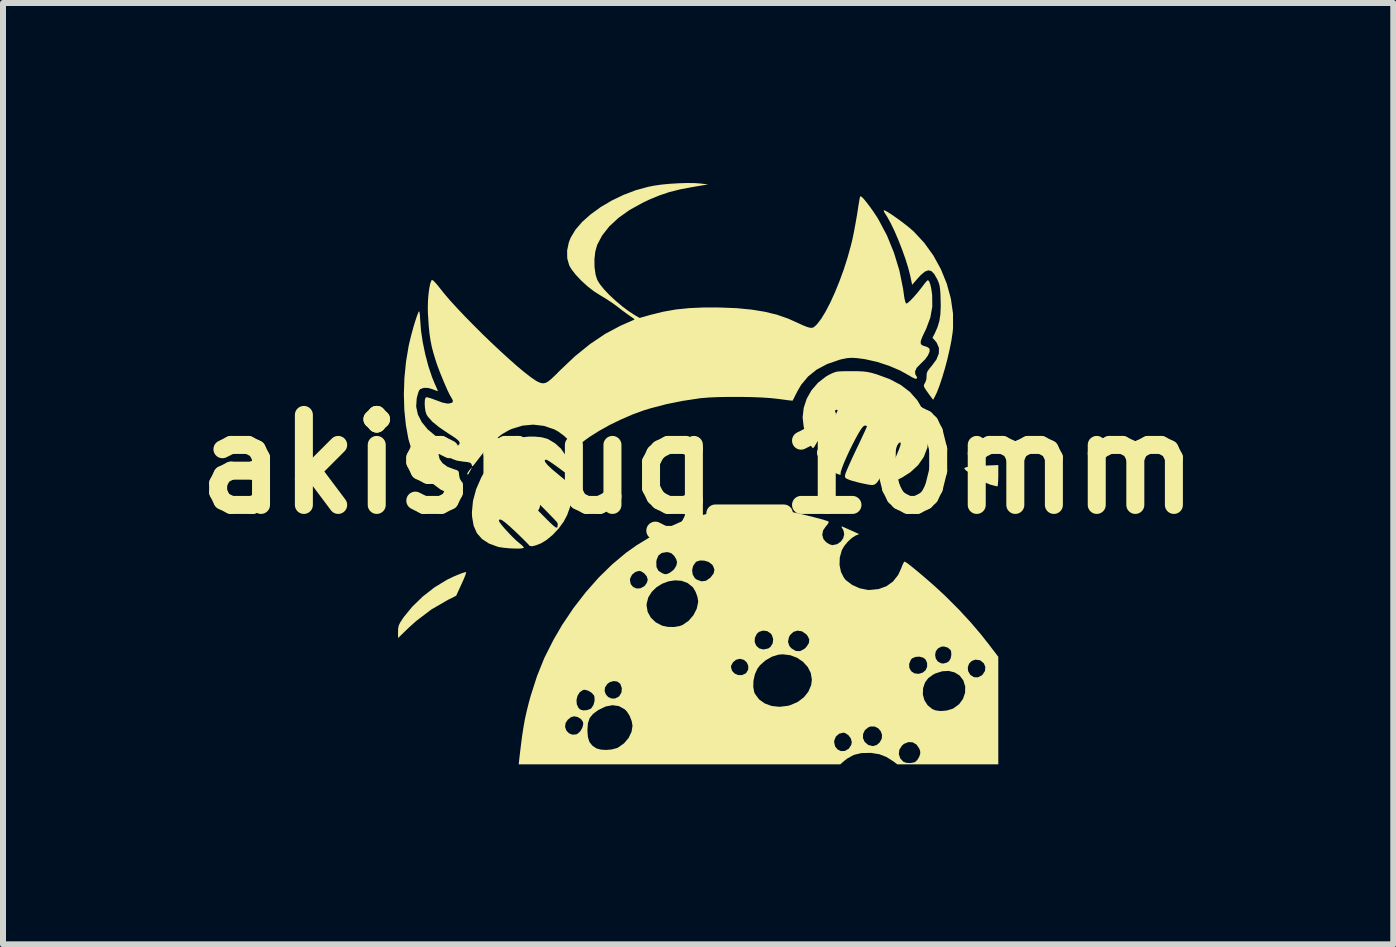
<source format=kicad_pcb>
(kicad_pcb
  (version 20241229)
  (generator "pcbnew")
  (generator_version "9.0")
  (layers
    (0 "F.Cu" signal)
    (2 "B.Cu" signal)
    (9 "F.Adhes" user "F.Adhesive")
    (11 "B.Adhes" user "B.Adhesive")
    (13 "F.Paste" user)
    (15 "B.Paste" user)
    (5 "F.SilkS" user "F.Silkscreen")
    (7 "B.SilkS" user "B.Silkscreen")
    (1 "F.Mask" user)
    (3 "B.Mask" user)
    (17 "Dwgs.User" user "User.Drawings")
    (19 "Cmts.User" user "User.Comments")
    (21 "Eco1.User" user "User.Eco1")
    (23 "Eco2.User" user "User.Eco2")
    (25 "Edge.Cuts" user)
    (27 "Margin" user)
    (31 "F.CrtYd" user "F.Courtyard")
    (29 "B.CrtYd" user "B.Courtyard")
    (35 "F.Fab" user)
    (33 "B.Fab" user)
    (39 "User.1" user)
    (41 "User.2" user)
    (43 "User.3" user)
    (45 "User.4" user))
  (footprint "akisnug_10mm"
    (layer "F.Cu")
    (at 8.586 4.687)
    (property "Reference" "akisnug_10mm" (at 0 0 0) (layer "F.SilkS") (effects (font (size 1.5 1.5) (thickness 0.3))))
    (attr board_only exclude_from_pos_files exclude_from_bom)
    (fp_poly (pts (xy -3.8 0.112) (xy -3.827 0.161) (xy -3.844 0.176) (xy -3.849 0.158) (xy -3.837 0.133) (xy -3.809 0.095) (xy -3.809 0.095) (xy -3.769 0.049)) (stroke (width 0) (type solid)) (fill yes) (layer "F.SilkS"))
    (fp_poly (pts (xy 5.002 0.193) (xy 5 0.271) (xy 4.996 0.331) (xy 4.991 0.365) (xy 4.987 0.369) (xy 4.961 0.364) (xy 4.911 0.351) (xy 4.869 0.34) (xy 4.8 0.313) (xy 4.712 0.268) (xy 4.616 0.21) (xy 4.588 0.191) (xy 4.512 0.138) (xy 4.463 0.103) (xy 4.44 0.08) (xy 4.437 0.066) (xy 4.45 0.056) (xy 4.458 0.053) (xy 4.494 0.045) (xy 4.561 0.037) (xy 4.648 0.03) (xy 4.746 0.025) (xy 4.753 0.024) (xy 5.002 0.014)) (stroke (width 0) (type solid)) (fill yes) (layer "F.SilkS"))
    (fp_poly (pts (xy -3.869 1.814) (xy -3.884 1.859) (xy -3.911 1.924) (xy -3.943 1.995) (xy -4.033 2.192) (xy -4.171 2.261) (xy -4.447 2.421) (xy -4.7 2.613) (xy -4.818 2.719) (xy -5.002 2.897) (xy -5.002 2.79) (xy -5 2.733) (xy -4.99 2.687) (xy -4.967 2.639) (xy -4.927 2.578) (xy -4.907 2.548) (xy -4.762 2.371) (xy -4.588 2.203) (xy -4.394 2.052) (xy -4.191 1.928) (xy -4.167 1.916) (xy -4.088 1.878) (xy -4.008 1.844) (xy -3.937 1.816) (xy -3.885 1.8) (xy -3.868 1.798)) (stroke (width 0) (type solid)) (fill yes) (layer "F.SilkS"))
    (fp_poly (pts (xy 3.114 -4.228) (xy 3.159 -4.203) (xy 3.222 -4.163) (xy 3.297 -4.111) (xy 3.377 -4.053) (xy 3.457 -3.992) (xy 3.53 -3.933) (xy 3.589 -3.881) (xy 3.592 -3.879) (xy 3.767 -3.691) (xy 3.919 -3.48) (xy 4.045 -3.251) (xy 4.143 -3.01) (xy 4.211 -2.763) (xy 4.247 -2.514) (xy 4.248 -2.27) (xy 4.241 -2.198) (xy 4.222 -2.068) (xy 4.192 -1.919) (xy 4.156 -1.762) (xy 4.114 -1.603) (xy 4.069 -1.451) (xy 4.024 -1.315) (xy 3.981 -1.202) (xy 3.95 -1.137) (xy 3.916 -1.073) (xy 3.848 -1.165) (xy 3.8 -1.232) (xy 3.772 -1.276) (xy 3.761 -1.305) (xy 3.765 -1.328) (xy 3.779 -1.353) (xy 3.782 -1.356) (xy 3.803 -1.413) (xy 3.807 -1.472) (xy 3.809 -1.513) (xy 3.824 -1.552) (xy 3.859 -1.6) (xy 3.893 -1.64) (xy 3.971 -1.745) (xy 4.011 -1.845) (xy 4.013 -1.938) (xy 3.976 -2.024) (xy 3.945 -2.063) (xy 3.905 -2.106) (xy 3.944 -2.182) (xy 3.989 -2.284) (xy 4.02 -2.387) (xy 4.037 -2.501) (xy 4.043 -2.637) (xy 4.041 -2.732) (xy 4.038 -2.839) (xy 4.032 -2.916) (xy 4.024 -2.974) (xy 4.01 -3.022) (xy 3.99 -3.07) (xy 3.981 -3.089) (xy 3.933 -3.172) (xy 3.886 -3.219) (xy 3.836 -3.232) (xy 3.778 -3.21) (xy 3.71 -3.153) (xy 3.651 -3.088) (xy 3.566 -2.99) (xy 3.534 -3.144) (xy 3.5 -3.275) (xy 3.454 -3.423) (xy 3.398 -3.58) (xy 3.336 -3.738) (xy 3.272 -3.887) (xy 3.208 -4.019) (xy 3.149 -4.126) (xy 3.122 -4.168) (xy 3.098 -4.207) (xy 3.092 -4.232) (xy 3.093 -4.233)) (stroke (width 0) (type solid)) (fill yes) (layer "F.SilkS"))
    (fp_poly (pts (xy -4.643 -2.527) (xy -4.637 -2.477) (xy -4.633 -2.409) (xy -4.633 -2.409) (xy -4.62 -2.233) (xy -4.591 -2.037) (xy -4.549 -1.834) (xy -4.497 -1.636) (xy -4.437 -1.456) (xy -4.394 -1.35) (xy -4.366 -1.288) (xy -4.346 -1.241) (xy -4.338 -1.219) (xy -4.338 -1.219) (xy -4.354 -1.222) (xy -4.394 -1.237) (xy -4.421 -1.248) (xy -4.5 -1.271) (xy -4.572 -1.273) (xy -4.628 -1.254) (xy -4.651 -1.23) (xy -4.666 -1.191) (xy -4.683 -1.13) (xy -4.691 -1.096) (xy -4.7 -0.962) (xy -4.672 -0.83) (xy -4.607 -0.702) (xy -4.508 -0.581) (xy -4.375 -0.47) (xy -4.36 -0.46) (xy -4.293 -0.414) (xy -4.254 -0.383) (xy -4.238 -0.363) (xy -4.24 -0.346) (xy -4.256 -0.326) (xy -4.258 -0.324) (xy -4.311 -0.245) (xy -4.327 -0.164) (xy -4.309 -0.086) (xy -4.259 -0.016) (xy -4.179 0.042) (xy -4.078 0.081) (xy -4.023 0.098) (xy -3.996 0.116) (xy -3.987 0.146) (xy -3.986 0.174) (xy -3.973 0.24) (xy -3.948 0.282) (xy -3.927 0.307) (xy -3.92 0.331) (xy -3.925 0.368) (xy -3.941 0.429) (xy -3.943 0.435) (xy -3.962 0.494) (xy -3.978 0.534) (xy -3.986 0.546) (xy -4.008 0.539) (xy -4.056 0.523) (xy -4.121 0.501) (xy -4.124 0.5) (xy -4.292 0.423) (xy -4.439 0.313) (xy -4.567 0.17) (xy -4.677 -0.006) (xy -4.769 -0.217) (xy -4.769 -0.217) (xy -4.829 -0.419) (xy -4.871 -0.649) (xy -4.897 -0.901) (xy -4.905 -1.166) (xy -4.896 -1.437) (xy -4.869 -1.709) (xy -4.825 -1.972) (xy -4.816 -2.012) (xy -4.794 -2.105) (xy -4.768 -2.204) (xy -4.741 -2.302) (xy -4.713 -2.392) (xy -4.688 -2.468) (xy -4.667 -2.523) (xy -4.653 -2.549) (xy -4.65 -2.55)) (stroke (width 0) (type solid)) (fill yes) (layer "F.SilkS"))
    (fp_poly (pts (xy -2.608 -0.449) (xy -2.515 -0.424) (xy -2.499 -0.417) (xy -2.386 -0.349) (xy -2.288 -0.261) (xy -2.218 -0.161) (xy -2.213 -0.153) (xy -2.19 -0.099) (xy -2.165 -0.031) (xy -2.141 0.043) (xy -2.121 0.114) (xy -2.108 0.171) (xy -2.103 0.207) (xy -2.107 0.215) (xy -2.126 0.204) (xy -2.171 0.173) (xy -2.234 0.128) (xy -2.308 0.073) (xy -2.315 0.068) (xy -2.392 0.012) (xy -2.459 -0.034) (xy -2.509 -0.065) (xy -2.536 -0.078) (xy -2.536 -0.078) (xy -2.558 -0.067) (xy -2.55 -0.037) (xy -2.513 0.01) (xy -2.45 0.07) (xy -2.423 0.094) (xy -2.315 0.184) (xy -2.233 0.252) (xy -2.174 0.304) (xy -2.134 0.341) (xy -2.11 0.369) (xy -2.096 0.392) (xy -2.091 0.413) (xy -2.091 0.436) (xy -2.091 0.455) (xy -2.102 0.576) (xy -2.135 0.712) (xy -2.184 0.848) (xy -2.242 0.958) (xy -2.325 1.071) (xy -2.424 1.177) (xy -2.529 1.264) (xy -2.619 1.318) (xy -2.704 1.352) (xy -2.769 1.367) (xy -2.808 1.361) (xy -2.817 1.351) (xy -2.833 1.333) (xy -2.872 1.293) (xy -2.929 1.236) (xy -3 1.167) (xy -3.042 1.127) (xy -3.142 1.034) (xy -3.218 0.969) (xy -3.271 0.931) (xy -3.305 0.919) (xy -3.32 0.931) (xy -3.321 0.943) (xy -3.308 0.969) (xy -3.273 1.016) (xy -3.222 1.076) (xy -3.161 1.142) (xy -3.097 1.209) (xy -3.036 1.268) (xy -2.984 1.313) (xy -2.978 1.317) (xy -2.933 1.355) (xy -2.908 1.384) (xy -2.905 1.394) (xy -2.934 1.402) (xy -2.991 1.406) (xy -3.066 1.405) (xy -3.151 1.401) (xy -3.234 1.393) (xy -3.307 1.383) (xy -3.341 1.375) (xy -3.488 1.321) (xy -3.603 1.246) (xy -3.688 1.148) (xy -3.742 1.025) (xy -3.768 0.876) (xy -3.771 0.801) (xy -3.753 0.612) (xy -3.714 0.468) (xy -2.919 0.468) (xy -2.917 0.488) (xy -2.892 0.527) (xy -2.889 0.531) (xy -2.861 0.566) (xy -2.81 0.622) (xy -2.743 0.694) (xy -2.665 0.775) (xy -2.602 0.839) (xy -2.515 0.927) (xy -2.45 0.99) (xy -2.405 1.031) (xy -2.375 1.052) (xy -2.357 1.058) (xy -2.347 1.05) (xy -2.345 1.045) (xy -2.34 1) (xy -2.346 0.977) (xy -2.364 0.954) (xy -2.406 0.909) (xy -2.466 0.847) (xy -2.539 0.772) (xy -2.615 0.696) (xy -2.714 0.599) (xy -2.79 0.529) (xy -2.844 0.483) (xy -2.881 0.46) (xy -2.901 0.456) (xy -2.919 0.468) (xy -3.714 0.468) (xy -3.701 0.417) (xy -3.616 0.223) (xy -3.594 0.183) (xy -3.542 0.104) (xy -3.471 0.012) (xy -3.386 -0.086) (xy -3.295 -0.184) (xy -3.204 -0.274) (xy -3.12 -0.349) (xy -3.048 -0.403) (xy -3.018 -0.421) (xy -2.937 -0.447) (xy -2.832 -0.46) (xy -2.718 -0.46)) (stroke (width 0) (type solid)) (fill yes) (layer "F.SilkS"))
    (fp_poly (pts (xy 2.663 -1.55) (xy 2.75 -1.546) (xy 2.823 -1.537) (xy 2.892 -1.522) (xy 2.972 -1.499) (xy 2.979 -1.497) (xy 3.195 -1.417) (xy 3.378 -1.32) (xy 3.53 -1.204) (xy 3.652 -1.066) (xy 3.747 -0.905) (xy 3.802 -0.77) (xy 3.829 -0.681) (xy 3.843 -0.607) (xy 3.848 -0.53) (xy 3.845 -0.449) (xy 3.819 -0.275) (xy 3.76 -0.121) (xy 3.666 0.015) (xy 3.538 0.133) (xy 3.4 0.221) (xy 3.316 0.263) (xy 3.236 0.297) (xy 3.166 0.321) (xy 3.116 0.331) (xy 3.095 0.328) (xy 3.099 0.306) (xy 3.117 0.259) (xy 3.146 0.195) (xy 3.161 0.163) (xy 3.219 0.045) (xy 3.272 -0.07) (xy 3.317 -0.174) (xy 3.351 -0.258) (xy 3.371 -0.316) (xy 3.371 -0.318) (xy 3.377 -0.355) (xy 3.366 -0.363) (xy 3.352 -0.359) (xy 3.333 -0.338) (xy 3.301 -0.288) (xy 3.258 -0.214) (xy 3.208 -0.121) (xy 3.153 -0.015) (xy 3.144 0.003) (xy 3.084 0.123) (xy 3.038 0.214) (xy 3.001 0.277) (xy 2.969 0.318) (xy 2.936 0.34) (xy 2.899 0.347) (xy 2.851 0.342) (xy 2.789 0.33) (xy 2.745 0.321) (xy 2.661 0.302) (xy 2.579 0.28) (xy 2.523 0.262) (xy 2.472 0.24) (xy 2.449 0.22) (xy 2.447 0.191) (xy 2.45 0.174) (xy 2.461 0.14) (xy 2.487 0.077) (xy 2.525 -0.009) (xy 2.571 -0.111) (xy 2.624 -0.223) (xy 2.637 -0.251) (xy 2.69 -0.361) (xy 2.736 -0.46) (xy 2.774 -0.541) (xy 2.8 -0.599) (xy 2.813 -0.629) (xy 2.814 -0.632) (xy 2.797 -0.643) (xy 2.778 -0.645) (xy 2.753 -0.632) (xy 2.719 -0.591) (xy 2.674 -0.519) (xy 2.633 -0.445) (xy 2.578 -0.34) (xy 2.524 -0.231) (xy 2.475 -0.125) (xy 2.432 -0.027) (xy 2.4 0.056) (xy 2.379 0.118) (xy 2.373 0.153) (xy 2.374 0.156) (xy 2.375 0.174) (xy 2.349 0.173) (xy 2.305 0.155) (xy 2.268 0.135) (xy 2.214 0.095) (xy 2.152 0.04) (xy 2.089 -0.024) (xy 2.034 -0.086) (xy 1.995 -0.139) (xy 1.981 -0.168) (xy 1.981 -0.213) (xy 1.991 -0.238) (xy 2.008 -0.264) (xy 2.037 -0.317) (xy 2.076 -0.391) (xy 2.121 -0.478) (xy 2.168 -0.572) (xy 2.215 -0.665) (xy 2.257 -0.752) (xy 2.292 -0.824) (xy 2.316 -0.876) (xy 2.325 -0.901) (xy 2.325 -0.901) (xy 2.311 -0.909) (xy 2.288 -0.9) (xy 2.26 -0.873) (xy 2.22 -0.817) (xy 2.172 -0.739) (xy 2.118 -0.645) (xy 2.064 -0.543) (xy 2.012 -0.438) (xy 1.993 -0.396) (xy 1.961 -0.332) (xy 1.933 -0.286) (xy 1.913 -0.267) (xy 1.91 -0.267) (xy 1.889 -0.294) (xy 1.86 -0.348) (xy 1.828 -0.419) (xy 1.797 -0.498) (xy 1.772 -0.575) (xy 1.759 -0.623) (xy 1.741 -0.78) (xy 1.759 -0.939) (xy 1.809 -1.092) (xy 1.89 -1.234) (xy 1.998 -1.359) (xy 2.13 -1.461) (xy 2.173 -1.486) (xy 2.224 -1.512) (xy 2.267 -1.53) (xy 2.309 -1.542) (xy 2.362 -1.548) (xy 2.434 -1.55) (xy 2.534 -1.551) (xy 2.549 -1.551)) (stroke (width 0) (type solid)) (fill yes) (layer "F.SilkS"))
    (fp_poly (pts (xy -0.046 -4.685) (xy 0.03 -4.679) (xy 0.166 -4.664) (xy -0.098 -4.619) (xy -0.301 -4.581) (xy -0.479 -4.536) (xy -0.646 -4.48) (xy -0.815 -4.41) (xy -0.928 -4.356) (xy -1.144 -4.237) (xy -1.33 -4.104) (xy -1.483 -3.962) (xy -1.602 -3.81) (xy -1.684 -3.654) (xy -1.715 -3.543) (xy -1.729 -3.414) (xy -1.727 -3.281) (xy -1.709 -3.157) (xy -1.682 -3.073) (xy -1.639 -3.002) (xy -1.57 -2.916) (xy -1.481 -2.822) (xy -1.378 -2.726) (xy -1.268 -2.633) (xy -1.157 -2.55) (xy -1.062 -2.488) (xy -0.976 -2.438) (xy -0.796 -2.489) (xy -0.586 -2.541) (xy -0.373 -2.579) (xy -0.147 -2.602) (xy 0.1 -2.613) (xy 0.361 -2.612) (xy 0.641 -2.601) (xy 0.889 -2.577) (xy 1.111 -2.541) (xy 1.313 -2.492) (xy 1.5 -2.427) (xy 1.671 -2.35) (xy 1.742 -2.317) (xy 1.81 -2.29) (xy 1.852 -2.277) (xy 1.893 -2.272) (xy 1.926 -2.283) (xy 1.963 -2.315) (xy 1.985 -2.338) (xy 2.053 -2.427) (xy 2.127 -2.55) (xy 2.204 -2.698) (xy 2.281 -2.868) (xy 2.356 -3.053) (xy 2.427 -3.247) (xy 2.49 -3.445) (xy 2.544 -3.64) (xy 2.57 -3.745) (xy 2.595 -3.866) (xy 2.621 -4.005) (xy 2.645 -4.141) (xy 2.657 -4.216) (xy 2.671 -4.309) (xy 2.684 -4.386) (xy 2.694 -4.441) (xy 2.701 -4.466) (xy 2.701 -4.466) (xy 2.72 -4.46) (xy 2.756 -4.426) (xy 2.803 -4.369) (xy 2.859 -4.296) (xy 2.919 -4.212) (xy 2.979 -4.121) (xy 3.008 -4.073) (xy 3.147 -3.811) (xy 3.263 -3.526) (xy 3.354 -3.227) (xy 3.415 -2.925) (xy 3.424 -2.859) (xy 3.437 -2.769) (xy 3.452 -2.707) (xy 3.466 -2.678) (xy 3.469 -2.677) (xy 3.496 -2.691) (xy 3.54 -2.731) (xy 3.595 -2.789) (xy 3.656 -2.859) (xy 3.716 -2.935) (xy 3.739 -2.965) (xy 3.779 -3.018) (xy 3.812 -3.055) (xy 3.829 -3.068) (xy 3.849 -3.049) (xy 3.868 -2.999) (xy 3.885 -2.926) (xy 3.898 -2.835) (xy 3.9 -2.815) (xy 3.902 -2.627) (xy 3.869 -2.443) (xy 3.8 -2.257) (xy 3.778 -2.213) (xy 3.735 -2.121) (xy 3.711 -2.057) (xy 3.708 -2.014) (xy 3.725 -1.987) (xy 3.764 -1.97) (xy 3.79 -1.964) (xy 3.834 -1.945) (xy 3.857 -1.922) (xy 3.856 -1.874) (xy 3.829 -1.812) (xy 3.779 -1.744) (xy 3.711 -1.678) (xy 3.71 -1.676) (xy 3.643 -1.608) (xy 3.614 -1.546) (xy 3.621 -1.492) (xy 3.638 -1.469) (xy 3.65 -1.439) (xy 3.643 -1.427) (xy 3.615 -1.426) (xy 3.563 -1.45) (xy 3.527 -1.472) (xy 3.367 -1.561) (xy 3.182 -1.64) (xy 2.984 -1.705) (xy 2.785 -1.75) (xy 2.652 -1.768) (xy 2.561 -1.774) (xy 2.482 -1.768) (xy 2.395 -1.751) (xy 2.353 -1.74) (xy 2.148 -1.669) (xy 1.975 -1.577) (xy 1.832 -1.462) (xy 1.716 -1.323) (xy 1.651 -1.211) (xy 1.617 -1.144) (xy 1.591 -1.091) (xy 1.576 -1.063) (xy 1.574 -1.06) (xy 1.554 -1.061) (xy 1.503 -1.066) (xy 1.429 -1.076) (xy 1.339 -1.088) (xy 1.337 -1.088) (xy 1.213 -1.102) (xy 1.06 -1.112) (xy 0.886 -1.119) (xy 0.702 -1.122) (xy 0.516 -1.122) (xy 0.338 -1.119) (xy 0.178 -1.112) (xy 0.045 -1.101) (xy 0.02 -1.098) (xy -0.256 -1.056) (xy -0.53 -1.001) (xy -0.787 -0.934) (xy -0.903 -0.899) (xy -1.087 -0.832) (xy -1.281 -0.748) (xy -1.473 -0.655) (xy -1.652 -0.555) (xy -1.809 -0.456) (xy -1.873 -0.41) (xy -2.057 -0.272) (xy -2.087 -0.317) (xy -2.153 -0.397) (xy -2.241 -0.478) (xy -2.336 -0.547) (xy -2.398 -0.581) (xy -2.571 -0.639) (xy -2.749 -0.66) (xy -2.93 -0.643) (xy -3.107 -0.588) (xy -3.151 -0.569) (xy -3.271 -0.5) (xy -3.384 -0.41) (xy -3.498 -0.293) (xy -3.586 -0.186) (xy -3.64 -0.116) (xy -3.688 -0.054) (xy -3.723 -0.008) (xy -3.734 0.005) (xy -3.757 0.033) (xy -3.768 0.03) (xy -3.775 0.006) (xy -3.787 -0.016) (xy -3.815 -0.03) (xy -3.868 -0.039) (xy -3.911 -0.043) (xy -4.016 -0.059) (xy -4.099 -0.087) (xy -4.154 -0.124) (xy -4.17 -0.149) (xy -4.166 -0.184) (xy -4.14 -0.227) (xy -4.104 -0.261) (xy -4.073 -0.274) (xy -4.041 -0.285) (xy -4.005 -0.309) (xy -3.98 -0.335) (xy -3.975 -0.36) (xy -3.992 -0.39) (xy -4.035 -0.428) (xy -4.108 -0.477) (xy -4.172 -0.518) (xy -4.319 -0.618) (xy -4.43 -0.709) (xy -4.504 -0.792) (xy -4.528 -0.83) (xy -4.544 -0.88) (xy -4.554 -0.946) (xy -4.558 -1.016) (xy -4.554 -1.076) (xy -4.542 -1.112) (xy -4.541 -1.114) (xy -4.515 -1.115) (xy -4.462 -1.101) (xy -4.391 -1.075) (xy -4.371 -1.068) (xy -4.264 -1.028) (xy -4.185 -1.012) (xy -4.152 -1.012) (xy -4.101 -1.025) (xy -4.086 -1.052) (xy -4.104 -1.095) (xy -4.111 -1.106) (xy -4.139 -1.153) (xy -4.176 -1.229) (xy -4.218 -1.324) (xy -4.263 -1.431) (xy -4.307 -1.54) (xy -4.346 -1.643) (xy -4.374 -1.726) (xy -4.411 -1.848) (xy -4.44 -1.957) (xy -4.461 -2.064) (xy -4.478 -2.179) (xy -4.491 -2.31) (xy -4.501 -2.469) (xy -4.504 -2.511) (xy -4.506 -2.617) (xy -4.503 -2.729) (xy -4.494 -2.837) (xy -4.481 -2.935) (xy -4.465 -3.012) (xy -4.446 -3.062) (xy -4.439 -3.071) (xy -4.42 -3.065) (xy -4.384 -3.03) (xy -4.334 -2.972) (xy -4.313 -2.945) (xy -4.231 -2.842) (xy -4.129 -2.723) (xy -4.009 -2.592) (xy -3.876 -2.452) (xy -3.734 -2.308) (xy -3.587 -2.161) (xy -3.437 -2.017) (xy -3.289 -1.878) (xy -3.147 -1.749) (xy -3.015 -1.632) (xy -2.896 -1.533) (xy -2.793 -1.453) (xy -2.712 -1.397) (xy -2.683 -1.38) (xy -2.632 -1.357) (xy -2.589 -1.348) (xy -2.547 -1.354) (xy -2.5 -1.379) (xy -2.443 -1.426) (xy -2.368 -1.497) (xy -2.307 -1.559) (xy -2.056 -1.797) (xy -1.803 -2.002) (xy -1.549 -2.173) (xy -1.297 -2.307) (xy -1.252 -2.327) (xy -1.174 -2.361) (xy -1.111 -2.389) (xy -1.071 -2.407) (xy -1.06 -2.413) (xy -1.071 -2.425) (xy -1.107 -2.451) (xy -1.138 -2.472) (xy -1.195 -2.512) (xy -1.267 -2.565) (xy -1.341 -2.622) (xy -1.348 -2.628) (xy -1.429 -2.687) (xy -1.526 -2.751) (xy -1.619 -2.808) (xy -1.631 -2.815) (xy -1.736 -2.881) (xy -1.844 -2.965) (xy -1.947 -3.059) (xy -2.039 -3.156) (xy -2.11 -3.247) (xy -2.148 -3.311) (xy -2.182 -3.43) (xy -2.184 -3.562) (xy -2.155 -3.7) (xy -2.124 -3.777) (xy -2.045 -3.909) (xy -1.933 -4.039) (xy -1.791 -4.165) (xy -1.626 -4.285) (xy -1.443 -4.393) (xy -1.246 -4.488) (xy -1.042 -4.566) (xy -0.834 -4.623) (xy -0.745 -4.641) (xy -0.616 -4.66) (xy -0.47 -4.674) (xy -0.319 -4.683) (xy -0.173 -4.687)) (stroke (width 0) (type solid)) (fill yes) (layer "F.SilkS"))
    (fp_poly (pts (xy 1.181 0.757) (xy 1.318 0.763) (xy 1.429 0.773) (xy 1.465 0.778) (xy 1.539 0.792) (xy 1.631 0.811) (xy 1.735 0.835) (xy 1.841 0.861) (xy 1.945 0.887) (xy 2.037 0.911) (xy 2.111 0.933) (xy 2.16 0.949) (xy 2.175 0.956) (xy 2.172 0.978) (xy 2.147 1.014) (xy 2.131 1.031) (xy 2.082 1.103) (xy 2.068 1.178) (xy 2.089 1.249) (xy 2.131 1.298) (xy 2.182 1.331) (xy 2.232 1.348) (xy 2.241 1.348) (xy 2.314 1.333) (xy 2.375 1.292) (xy 2.417 1.234) (xy 2.434 1.168) (xy 2.422 1.103) (xy 2.413 1.087) (xy 2.392 1.052) (xy 2.388 1.036) (xy 2.389 1.036) (xy 2.41 1.043) (xy 2.457 1.063) (xy 2.522 1.092) (xy 2.541 1.1) (xy 2.683 1.165) (xy 2.621 1.19) (xy 2.561 1.229) (xy 2.495 1.29) (xy 2.436 1.361) (xy 2.395 1.43) (xy 2.394 1.433) (xy 2.36 1.555) (xy 2.356 1.679) (xy 2.38 1.795) (xy 2.43 1.894) (xy 2.462 1.932) (xy 2.566 2.011) (xy 2.69 2.067) (xy 2.82 2.094) (xy 2.852 2.096) (xy 3.006 2.081) (xy 3.137 2.034) (xy 3.246 1.956) (xy 3.332 1.847) (xy 3.381 1.742) (xy 3.405 1.68) (xy 3.426 1.637) (xy 3.438 1.622) (xy 3.462 1.634) (xy 3.511 1.669) (xy 3.578 1.722) (xy 3.66 1.789) (xy 3.751 1.866) (xy 3.847 1.949) (xy 3.943 2.033) (xy 4.033 2.116) (xy 4.114 2.192) (xy 4.121 2.198) (xy 4.343 2.42) (xy 4.539 2.632) (xy 4.718 2.842) (xy 4.843 3.001) (xy 5.002 3.209) (xy 5.002 4.106) (xy 5.002 5.002) (xy 4.16 5.002) (xy 3.319 5.002) (xy 3.257 4.955) (xy 3.137 4.879) (xy 3.016 4.832) (xy 3.011 4.832) (xy 3.344 4.832) (xy 3.369 4.904) (xy 3.418 4.957) (xy 3.467 4.976) (xy 3.533 4.981) (xy 3.597 4.97) (xy 3.618 4.961) (xy 3.652 4.929) (xy 3.682 4.88) (xy 3.685 4.873) (xy 3.702 4.821) (xy 3.699 4.777) (xy 3.685 4.74) (xy 3.639 4.672) (xy 3.576 4.635) (xy 3.504 4.631) (xy 3.431 4.66) (xy 3.398 4.688) (xy 3.354 4.756) (xy 3.344 4.832) (xy 3.011 4.832) (xy 2.881 4.811) (xy 2.87 4.811) (xy 2.72 4.814) (xy 2.593 4.845) (xy 2.483 4.906) (xy 2.447 4.934) (xy 2.368 5.002) (xy -0.312 5.002) (xy -2.991 5.002) (xy -2.981 4.909) (xy -2.957 4.707) (xy -2.935 4.535) (xy -2.912 4.386) (xy -2.911 4.38) (xy -2.218 4.38) (xy -2.196 4.44) (xy -2.152 4.485) (xy -2.094 4.508) (xy -2.031 4.502) (xy -2.013 4.494) (xy -1.966 4.453) (xy -1.955 4.434) (xy -1.846 4.434) (xy -1.838 4.546) (xy -1.812 4.629) (xy -1.763 4.691) (xy -1.696 4.736) (xy -1.626 4.756) (xy -1.536 4.762) (xy -1.442 4.754) (xy -1.358 4.732) (xy -1.335 4.722) (xy -1.237 4.653) (xy -1.218 4.631) (xy 2.266 4.631) (xy 2.282 4.703) (xy 2.323 4.754) (xy 2.38 4.781) (xy 2.443 4.779) (xy 2.505 4.745) (xy 2.512 4.739) (xy 2.552 4.676) (xy 2.56 4.631) (xy 2.544 4.569) (xy 2.541 4.565) (xy 2.747 4.565) (xy 2.775 4.628) (xy 2.83 4.675) (xy 2.841 4.681) (xy 2.913 4.698) (xy 2.975 4.68) (xy 3.024 4.638) (xy 3.06 4.575) (xy 3.064 4.509) (xy 3.042 4.449) (xy 3 4.4) (xy 2.943 4.372) (xy 2.877 4.37) (xy 2.836 4.385) (xy 2.778 4.433) (xy 2.748 4.497) (xy 2.747 4.565) (xy 2.541 4.565) (xy 2.503 4.515) (xy 2.449 4.48) (xy 2.417 4.474) (xy 2.348 4.492) (xy 2.295 4.539) (xy 2.268 4.606) (xy 2.266 4.631) (xy -1.218 4.631) (xy -1.16 4.563) (xy -1.111 4.461) (xy -1.094 4.361) (xy -1.108 4.281) (xy -1.142 4.194) (xy -1.19 4.119) (xy -1.225 4.084) (xy -1.321 4.031) (xy -1.428 4.016) (xy -1.543 4.038) (xy -1.667 4.098) (xy -1.668 4.099) (xy -1.753 4.162) (xy -1.808 4.23) (xy -1.837 4.314) (xy -1.846 4.424) (xy -1.846 4.434) (xy -1.955 4.434) (xy -1.931 4.393) (xy -1.915 4.331) (xy -1.919 4.296) (xy -1.954 4.246) (xy -2.012 4.212) (xy -2.068 4.201) (xy -2.122 4.217) (xy -2.174 4.259) (xy -2.21 4.313) (xy -2.21 4.314) (xy -2.218 4.38) (xy -2.911 4.38) (xy -2.888 4.25) (xy -2.859 4.12) (xy -2.826 3.987) (xy -2.81 3.928) (xy -2.028 3.928) (xy -2.023 4.001) (xy -1.994 4.062) (xy -1.966 4.088) (xy -1.916 4.103) (xy -1.852 4.098) (xy -1.796 4.078) (xy -1.779 4.065) (xy -1.744 4.01) (xy -1.726 3.94) (xy -1.729 3.875) (xy -1.738 3.851) (xy -1.775 3.809) (xy -1.821 3.781) (xy -1.559 3.781) (xy -1.539 3.836) (xy -1.5 3.879) (xy -1.447 3.904) (xy -1.387 3.905) (xy -1.326 3.875) (xy -1.315 3.865) (xy -1.279 3.806) (xy -1.272 3.735) (xy -1.281 3.708) (xy 0.918 3.708) (xy 0.934 3.799) (xy 0.946 3.826) (xy 1.015 3.919) (xy 1.11 3.987) (xy 1.225 4.029) (xy 1.355 4.043) (xy 1.493 4.027) (xy 1.537 4.015) (xy 1.659 3.962) (xy 1.761 3.885) (xy 1.801 3.836) (xy 3.744 3.836) (xy 3.771 3.934) (xy 3.825 4.018) (xy 3.902 4.08) (xy 3.953 4.102) (xy 4.041 4.114) (xy 4.142 4.105) (xy 4.237 4.077) (xy 4.257 4.067) (xy 4.349 4) (xy 4.413 3.912) (xy 4.448 3.811) (xy 4.451 3.705) (xy 4.419 3.602) (xy 4.418 3.601) (xy 4.358 3.522) (xy 4.275 3.47) (xy 4.175 3.445) (xy 4.067 3.451) (xy 3.956 3.486) (xy 3.915 3.507) (xy 3.833 3.567) (xy 3.781 3.638) (xy 3.749 3.731) (xy 3.749 3.733) (xy 3.744 3.836) (xy 1.801 3.836) (xy 1.837 3.79) (xy 1.883 3.682) (xy 1.895 3.592) (xy 1.877 3.48) (xy 1.826 3.379) (xy 1.78 3.329) (xy 3.516 3.329) (xy 3.52 3.396) (xy 3.551 3.45) (xy 3.603 3.485) (xy 3.672 3.494) (xy 3.739 3.475) (xy 3.79 3.434) (xy 3.813 3.383) (xy 4.494 3.383) (xy 4.499 3.447) (xy 4.535 3.51) (xy 4.536 3.511) (xy 4.596 3.549) (xy 4.662 3.552) (xy 4.726 3.52) (xy 4.739 3.508) (xy 4.78 3.445) (xy 4.786 3.378) (xy 4.761 3.318) (xy 4.707 3.273) (xy 4.688 3.265) (xy 4.617 3.257) (xy 4.558 3.28) (xy 4.515 3.324) (xy 4.494 3.383) (xy 3.813 3.383) (xy 3.816 3.376) (xy 3.816 3.313) (xy 3.791 3.256) (xy 3.755 3.226) (xy 3.691 3.207) (xy 3.624 3.211) (xy 3.568 3.234) (xy 3.546 3.256) (xy 3.516 3.329) (xy 1.78 3.329) (xy 1.748 3.293) (xy 1.649 3.226) (xy 1.535 3.183) (xy 1.508 3.18) (xy 3.949 3.18) (xy 3.96 3.238) (xy 3.993 3.287) (xy 4.047 3.317) (xy 4.084 3.322) (xy 4.141 3.308) (xy 4.181 3.282) (xy 4.209 3.234) (xy 4.22 3.171) (xy 4.214 3.113) (xy 4.205 3.095) (xy 4.161 3.057) (xy 4.099 3.038) (xy 4.054 3.04) (xy 3.995 3.071) (xy 3.96 3.12) (xy 3.949 3.18) (xy 1.508 3.18) (xy 1.412 3.168) (xy 1.343 3.173) (xy 1.231 3.207) (xy 1.123 3.269) (xy 1.031 3.35) (xy 0.988 3.407) (xy 0.946 3.499) (xy 0.922 3.604) (xy 0.918 3.708) (xy -1.281 3.708) (xy -1.296 3.665) (xy -1.3 3.658) (xy -1.347 3.622) (xy -1.409 3.614) (xy -1.473 3.632) (xy -1.515 3.663) (xy -1.553 3.721) (xy -1.559 3.781) (xy -1.821 3.781) (xy -1.83 3.775) (xy -1.887 3.759) (xy -1.915 3.761) (xy -1.972 3.798) (xy -2.01 3.857) (xy -2.028 3.928) (xy -2.81 3.928) (xy -2.791 3.859) (xy -2.687 3.535) (xy -2.625 3.38) (xy 0.547 3.38) (xy 0.564 3.442) (xy 0.607 3.488) (xy 0.666 3.514) (xy 0.731 3.515) (xy 0.791 3.487) (xy 0.801 3.478) (xy 0.834 3.422) (xy 0.835 3.36) (xy 0.81 3.303) (xy 0.763 3.261) (xy 0.699 3.243) (xy 0.696 3.243) (xy 0.632 3.259) (xy 0.58 3.301) (xy 0.55 3.356) (xy 0.547 3.38) (xy -2.625 3.38) (xy -2.564 3.229) (xy -2.43 2.963) (xy 0.942 2.963) (xy 0.968 3.025) (xy 1.017 3.069) (xy 1.085 3.087) (xy 1.089 3.087) (xy 1.167 3.071) (xy 1.205 3.045) (xy 1.242 2.985) (xy 1.245 2.96) (xy 1.497 2.96) (xy 1.52 3.029) (xy 1.556 3.07) (xy 1.627 3.112) (xy 1.698 3.115) (xy 1.768 3.079) (xy 1.802 3.047) (xy 1.846 2.98) (xy 1.851 2.916) (xy 1.817 2.851) (xy 1.799 2.832) (xy 1.73 2.785) (xy 1.656 2.773) (xy 1.588 2.794) (xy 1.532 2.846) (xy 1.513 2.883) (xy 1.497 2.96) (xy 1.245 2.96) (xy 1.25 2.914) (xy 1.228 2.846) (xy 1.208 2.82) (xy 1.149 2.781) (xy 1.08 2.773) (xy 1.014 2.794) (xy 0.978 2.826) (xy 0.945 2.894) (xy 0.942 2.963) (xy -2.43 2.963) (xy -2.414 2.931) (xy -2.268 2.68) (xy -2.08 2.4) (xy -2.046 2.356) (xy -0.86 2.356) (xy -0.841 2.463) (xy -0.788 2.558) (xy -0.705 2.637) (xy -0.597 2.692) (xy -0.596 2.692) (xy -0.505 2.711) (xy -0.403 2.713) (xy -0.309 2.697) (xy -0.258 2.678) (xy -0.159 2.609) (xy -0.079 2.516) (xy -0.024 2.409) (xy -0.000406 2.299) (xy 0 2.283) (xy -0.012 2.21) (xy -0.042 2.128) (xy -0.082 2.059) (xy -0.094 2.045) (xy -0.177 1.979) (xy -0.276 1.943) (xy -0.384 1.935) (xy -0.494 1.952) (xy -0.599 1.991) (xy -0.695 2.051) (xy -0.774 2.128) (xy -0.831 2.219) (xy -0.858 2.323) (xy -0.86 2.356) (xy -2.046 2.356) (xy -1.875 2.135) (xy -1.693 1.929) (xy -1.137 1.929) (xy -1.124 1.998) (xy -1.084 2.046) (xy -1.027 2.071) (xy -0.963 2.068) (xy -0.899 2.034) (xy -0.888 2.023) (xy -0.855 1.976) (xy -0.84 1.926) (xy -0.84 1.925) (xy -0.857 1.869) (xy -0.899 1.818) (xy -0.952 1.784) (xy -0.985 1.778) (xy -1.048 1.796) (xy -1.102 1.841) (xy -1.133 1.902) (xy -1.137 1.929) (xy -1.693 1.929) (xy -1.658 1.889) (xy -1.433 1.669) (xy -1.384 1.628) (xy -0.698 1.628) (xy -0.695 1.713) (xy -0.662 1.776) (xy -0.596 1.818) (xy -0.596 1.818) (xy -0.553 1.833) (xy -0.52 1.83) (xy -0.475 1.81) (xy -0.471 1.808) (xy -0.417 1.766) (xy -0.101 1.766) (xy -0.091 1.838) (xy -0.056 1.899) (xy -0.022 1.924) (xy 0.057 1.952) (xy 0.13 1.942) (xy 0.2 1.894) (xy 0.207 1.887) (xy 0.258 1.82) (xy 0.271 1.756) (xy 0.247 1.693) (xy 0.229 1.67) (xy 0.174 1.629) (xy 0.104 1.607) (xy 0.032 1.604) (xy -0.028 1.623) (xy -0.04 1.632) (xy -0.084 1.694) (xy -0.101 1.766) (xy -0.417 1.766) (xy -0.407 1.759) (xy -0.365 1.693) (xy -0.352 1.634) (xy -0.364 1.588) (xy -0.394 1.535) (xy -0.402 1.525) (xy -0.448 1.483) (xy -0.499 1.467) (xy -0.527 1.465) (xy -0.607 1.479) (xy -0.662 1.52) (xy -0.692 1.592) (xy -0.698 1.628) (xy -1.384 1.628) (xy -1.205 1.478) (xy -1.026 1.351) (xy -0.772 1.196) (xy -0.534 1.069) (xy -0.303 0.966) (xy -0.071 0.885) (xy 0.169 0.822) (xy 0.332 0.789) (xy 0.431 0.775) (xy 0.56 0.765) (xy 0.708 0.758) (xy 0.867 0.754) (xy 1.028 0.754)) (stroke (width 0) (type solid)) (fill yes) (layer "F.SilkS")))
  (gr_rect
    (start -3 -3)
    (end 20.171 12.689)
    (stroke (width 0.1) (type default))
    (fill no)
    (layer "Edge.Cuts")))
</source>
